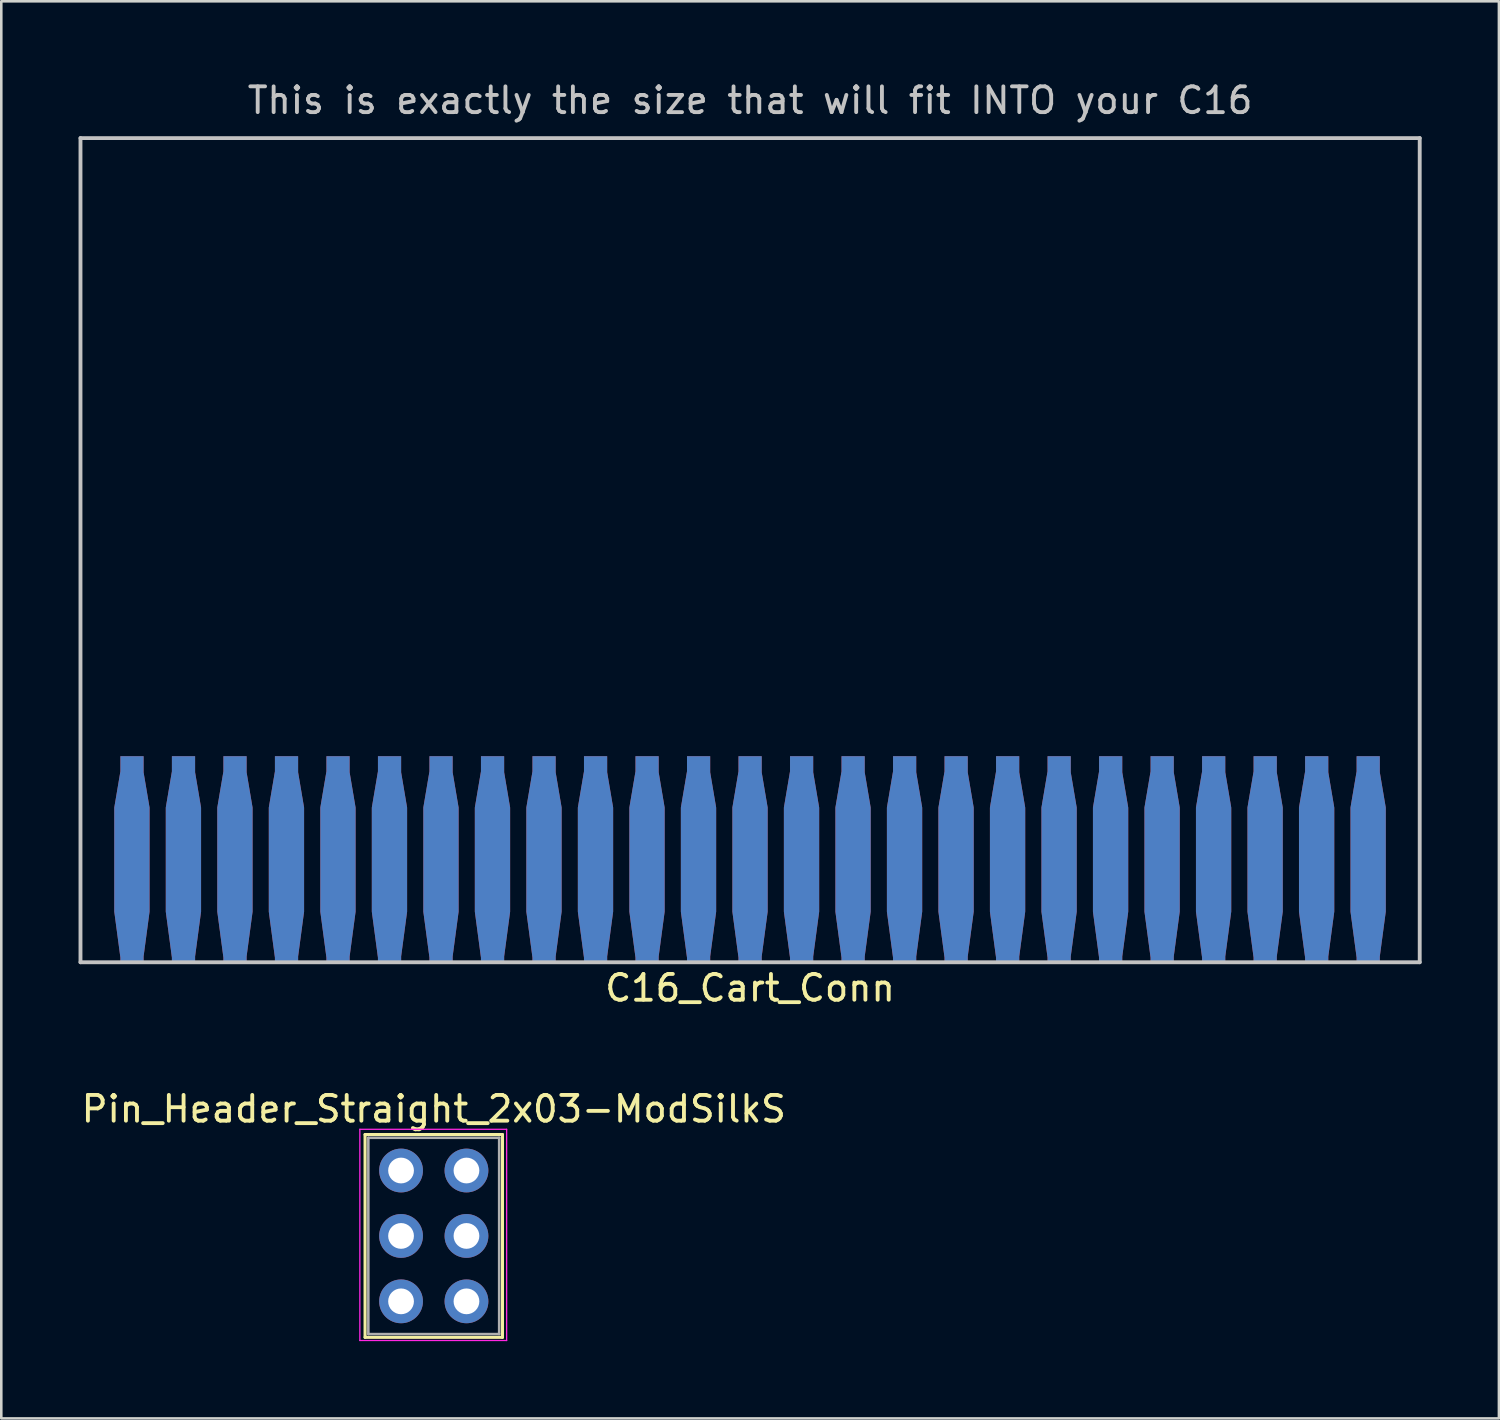
<source format=kicad_pcb>
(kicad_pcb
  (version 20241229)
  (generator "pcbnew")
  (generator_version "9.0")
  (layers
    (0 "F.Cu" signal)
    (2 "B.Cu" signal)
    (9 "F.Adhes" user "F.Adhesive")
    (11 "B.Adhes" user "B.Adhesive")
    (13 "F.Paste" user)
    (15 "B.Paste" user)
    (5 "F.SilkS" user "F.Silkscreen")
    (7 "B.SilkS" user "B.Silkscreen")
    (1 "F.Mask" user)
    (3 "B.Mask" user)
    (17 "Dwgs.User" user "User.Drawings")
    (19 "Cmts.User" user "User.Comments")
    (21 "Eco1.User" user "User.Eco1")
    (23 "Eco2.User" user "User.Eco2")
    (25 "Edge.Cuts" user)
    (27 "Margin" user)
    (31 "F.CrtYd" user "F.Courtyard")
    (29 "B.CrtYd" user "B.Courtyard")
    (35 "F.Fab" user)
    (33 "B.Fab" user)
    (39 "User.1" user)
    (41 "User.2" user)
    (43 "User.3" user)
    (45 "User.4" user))
  (footprint "C16_Cart_Conn"
    (layer "F.Cu")
    (at 26.075 30.312)
    (property "Reference" "C16_Cart_Conn" (at 0 5 0) (layer "F.SilkS") (effects (font (size 1 1) (thickness 0.15))))
    (attr through_hole)
    (fp_line (start -26 -28) (end -26 4) (stroke (width 0.15) (type solid)) (layer "Dwgs.User"))
    (fp_line (start -26 4) (end 26 4) (stroke (width 0.15) (type solid)) (layer "Dwgs.User"))
    (fp_line (start 26 -28) (end -26 -28) (stroke (width 0.15) (type solid)) (layer "Dwgs.User"))
    (fp_line (start 26 4) (end 26 -28) (stroke (width 0.15) (type solid)) (layer "Dwgs.User"))
    (fp_text user "This is exactly the size that will fit INTO your C16" (at 0 -29.464 0) (layer "Dwgs.User") (effects (font (size 1 1) (thickness 0.15))))
    (pad "" smd rect (at 0 0) (size 52 8) (layers "F.Mask"))
    (pad "" smd rect (at 0 0) (size 52 8) (layers "B.Mask"))
    (pad "1" smd custom (at -24 0) (size 0.9 8) (layers "F.Cu") (options (anchor rect)) (primitives (gr_poly (pts (xy 0.632 -2) (xy 0.632 2.032) (xy 0.378 3.937) (xy -0.384 3.937) (xy -0.638 2.032) (xy -0.638 -2) (xy -0.384 -3.5) (xy 0.378 -3.5)) (width 0.1) (fill yes))))
    (pad "2" smd custom (at -22 0) (size 0.9 8) (layers "F.Cu") (options (anchor rect)) (primitives (gr_poly (pts (xy 0.632 -2) (xy 0.632 2.032) (xy 0.378 3.937) (xy -0.384 3.937) (xy -0.638 2.032) (xy -0.638 -2) (xy -0.384 -3.5) (xy 0.378 -3.5)) (width 0.1) (fill yes))))
    (pad "3" smd custom (at -20 0) (size 0.9 8) (layers "F.Cu") (options (anchor rect)) (primitives (gr_poly (pts (xy 0.632 -2) (xy 0.632 2.032) (xy 0.378 3.937) (xy -0.384 3.937) (xy -0.638 2.032) (xy -0.638 -2) (xy -0.384 -3.5) (xy 0.378 -3.5)) (width 0.1) (fill yes))))
    (pad "4" smd custom (at -18 0) (size 0.9 8) (layers "F.Cu") (options (anchor rect)) (primitives (gr_poly (pts (xy 0.632 -2) (xy 0.632 2.032) (xy 0.378 3.937) (xy -0.384 3.937) (xy -0.638 2.032) (xy -0.638 -2) (xy -0.384 -3.5) (xy 0.378 -3.5)) (width 0.1) (fill yes))))
    (pad "5" smd custom (at -16 0) (size 0.9 8) (layers "F.Cu") (options (anchor rect)) (primitives (gr_poly (pts (xy 0.632 -2) (xy 0.632 2.032) (xy 0.378 3.937) (xy -0.384 3.937) (xy -0.638 2.032) (xy -0.638 -2) (xy -0.384 -3.5) (xy 0.378 -3.5)) (width 0.1) (fill yes))))
    (pad "6" smd custom (at -14 0) (size 0.9 8) (layers "F.Cu") (options (anchor rect)) (primitives (gr_poly (pts (xy 0.632 -2) (xy 0.632 2.032) (xy 0.378 3.937) (xy -0.384 3.937) (xy -0.638 2.032) (xy -0.638 -2) (xy -0.384 -3.5) (xy 0.378 -3.5)) (width 0.1) (fill yes))))
    (pad "7" smd custom (at -12 0) (size 0.9 8) (layers "F.Cu") (options (anchor rect)) (primitives (gr_poly (pts (xy 0.632 -2) (xy 0.632 2.032) (xy 0.378 3.937) (xy -0.384 3.937) (xy -0.638 2.032) (xy -0.638 -2) (xy -0.384 -3.5) (xy 0.378 -3.5)) (width 0.1) (fill yes))))
    (pad "8" smd custom (at -10 0) (size 0.9 8) (layers "F.Cu") (options (anchor rect)) (primitives (gr_poly (pts (xy 0.632 -2) (xy 0.632 2.032) (xy 0.378 3.937) (xy -0.384 3.937) (xy -0.638 2.032) (xy -0.638 -2) (xy -0.384 -3.5) (xy 0.378 -3.5)) (width 0.1) (fill yes))))
    (pad "9" smd custom (at -8 0) (size 0.9 8) (layers "F.Cu") (options (anchor rect)) (primitives (gr_poly (pts (xy 0.632 -2) (xy 0.632 2.032) (xy 0.378 3.937) (xy -0.384 3.937) (xy -0.638 2.032) (xy -0.638 -2) (xy -0.384 -3.5) (xy 0.378 -3.5)) (width 0.1) (fill yes))))
    (pad "10" smd custom (at -6 0) (size 0.9 8) (layers "F.Cu") (options (anchor rect)) (primitives (gr_poly (pts (xy 0.632 -2) (xy 0.632 2.032) (xy 0.378 3.937) (xy -0.384 3.937) (xy -0.638 2.032) (xy -0.638 -2) (xy -0.384 -3.5) (xy 0.378 -3.5)) (width 0.1) (fill yes))))
    (pad "11" smd custom (at -4 0) (size 0.9 8) (layers "F.Cu") (options (anchor rect)) (primitives (gr_poly (pts (xy 0.632 -2) (xy 0.632 2.032) (xy 0.378 3.937) (xy -0.384 3.937) (xy -0.638 2.032) (xy -0.638 -2) (xy -0.384 -3.5) (xy 0.378 -3.5)) (width 0.1) (fill yes))))
    (pad "12" smd custom (at -2 0) (size 0.9 8) (layers "F.Cu") (options (anchor rect)) (primitives (gr_poly (pts (xy 0.632 -2) (xy 0.632 2.032) (xy 0.378 3.937) (xy -0.384 3.937) (xy -0.638 2.032) (xy -0.638 -2) (xy -0.384 -3.5) (xy 0.378 -3.5)) (width 0.1) (fill yes))))
    (pad "13" smd custom (at 0 0) (size 0.9 8) (layers "F.Cu") (options (anchor rect)) (primitives (gr_poly (pts (xy 0.632 -2) (xy 0.632 2.032) (xy 0.378 3.937) (xy -0.384 3.937) (xy -0.638 2.032) (xy -0.638 -2) (xy -0.384 -3.5) (xy 0.378 -3.5)) (width 0.1) (fill yes))))
    (pad "14" smd custom (at 2 0) (size 0.9 8) (layers "F.Cu") (options (anchor rect)) (primitives (gr_poly (pts (xy 0.632 -2) (xy 0.632 2.032) (xy 0.378 3.937) (xy -0.384 3.937) (xy -0.638 2.032) (xy -0.638 -2) (xy -0.384 -3.5) (xy 0.378 -3.5)) (width 0.1) (fill yes))))
    (pad "15" smd custom (at 4 0) (size 0.9 8) (layers "F.Cu") (options (anchor rect)) (primitives (gr_poly (pts (xy 0.632 -2) (xy 0.632 2.032) (xy 0.378 3.937) (xy -0.384 3.937) (xy -0.638 2.032) (xy -0.638 -2) (xy -0.384 -3.5) (xy 0.378 -3.5)) (width 0.1) (fill yes))))
    (pad "16" smd custom (at 6 0) (size 0.9 8) (layers "F.Cu") (options (anchor rect)) (primitives (gr_poly (pts (xy 0.632 -2) (xy 0.632 2.032) (xy 0.378 3.937) (xy -0.384 3.937) (xy -0.638 2.032) (xy -0.638 -2) (xy -0.384 -3.5) (xy 0.378 -3.5)) (width 0.1) (fill yes))))
    (pad "17" smd custom (at 8 0) (size 0.9 8) (layers "F.Cu") (options (anchor rect)) (primitives (gr_poly (pts (xy 0.632 -2) (xy 0.632 2.032) (xy 0.378 3.937) (xy -0.384 3.937) (xy -0.638 2.032) (xy -0.638 -2) (xy -0.384 -3.5) (xy 0.378 -3.5)) (width 0.1) (fill yes))))
    (pad "18" smd custom (at 10 0) (size 0.9 8) (layers "F.Cu") (options (anchor rect)) (primitives (gr_poly (pts (xy 0.632 -2) (xy 0.632 2.032) (xy 0.378 3.937) (xy -0.384 3.937) (xy -0.638 2.032) (xy -0.638 -2) (xy -0.384 -3.5) (xy 0.378 -3.5)) (width 0.1) (fill yes))))
    (pad "19" smd custom (at 12 0) (size 0.9 8) (layers "F.Cu") (options (anchor rect)) (primitives (gr_poly (pts (xy 0.632 -2) (xy 0.632 2.032) (xy 0.378 3.937) (xy -0.384 3.937) (xy -0.638 2.032) (xy -0.638 -2) (xy -0.384 -3.5) (xy 0.378 -3.5)) (width 0.1) (fill yes))))
    (pad "20" smd custom (at 14 0) (size 0.9 8) (layers "F.Cu") (options (anchor rect)) (primitives (gr_poly (pts (xy 0.632 -2) (xy 0.632 2.032) (xy 0.378 3.937) (xy -0.384 3.937) (xy -0.638 2.032) (xy -0.638 -2) (xy -0.384 -3.5) (xy 0.378 -3.5)) (width 0.1) (fill yes))))
    (pad "21" smd custom (at 16 0) (size 0.9 8) (layers "F.Cu") (options (anchor rect)) (primitives (gr_poly (pts (xy 0.632 -2) (xy 0.632 2.032) (xy 0.378 3.937) (xy -0.384 3.937) (xy -0.638 2.032) (xy -0.638 -2) (xy -0.384 -3.5) (xy 0.378 -3.5)) (width 0.1) (fill yes))))
    (pad "22" smd custom (at 18 0) (size 0.9 8) (layers "F.Cu") (options (anchor rect)) (primitives (gr_poly (pts (xy 0.632 -2) (xy 0.632 2.032) (xy 0.378 3.937) (xy -0.384 3.937) (xy -0.638 2.032) (xy -0.638 -2) (xy -0.384 -3.5) (xy 0.378 -3.5)) (width 0.1) (fill yes))))
    (pad "23" smd custom (at 20 0) (size 0.9 8) (layers "F.Cu") (options (anchor rect)) (primitives (gr_poly (pts (xy 0.632 -2) (xy 0.632 2.032) (xy 0.378 3.937) (xy -0.384 3.937) (xy -0.638 2.032) (xy -0.638 -2) (xy -0.384 -3.5) (xy 0.378 -3.5)) (width 0.1) (fill yes))))
    (pad "24" smd custom (at 22 0) (size 0.9 8) (layers "F.Cu") (options (anchor rect)) (primitives (gr_poly (pts (xy 0.632 -2) (xy 0.632 2.032) (xy 0.378 3.937) (xy -0.384 3.937) (xy -0.638 2.032) (xy -0.638 -2) (xy -0.384 -3.5) (xy 0.378 -3.5)) (width 0.1) (fill yes))))
    (pad "25" smd custom (at 24 0) (size 0.9 8) (layers "F.Cu") (options (anchor rect)) (primitives (gr_poly (pts (xy 0.632 -2) (xy 0.632 2.032) (xy 0.378 3.937) (xy -0.384 3.937) (xy -0.638 2.032) (xy -0.638 -2) (xy -0.384 -3.5) (xy 0.378 -3.5)) (width 0.1) (fill yes))))
    (pad "A" smd custom (at -24 0) (size 0.9 8) (layers "B.Cu") (options (anchor rect)) (primitives (gr_poly (pts (xy 0.632 -2) (xy 0.632 2.032) (xy 0.378 3.937) (xy -0.384 3.937) (xy -0.638 2.032) (xy -0.638 -2) (xy -0.384 -3.5) (xy 0.378 -3.5)) (width 0.1) (fill yes))))
    (pad "AA" smd custom (at 20 0) (size 0.9 8) (layers "B.Cu") (options (anchor rect)) (primitives (gr_poly (pts (xy 0.632 -2) (xy 0.632 2.032) (xy 0.378 3.937) (xy -0.384 3.937) (xy -0.638 2.032) (xy -0.638 -2) (xy -0.384 -3.5) (xy 0.378 -3.5)) (width 0.1) (fill yes))))
    (pad "B" smd custom (at -22 0) (size 0.9 8) (layers "B.Cu") (options (anchor rect)) (primitives (gr_poly (pts (xy 0.632 -2) (xy 0.632 2.032) (xy 0.378 3.937) (xy -0.384 3.937) (xy -0.638 2.032) (xy -0.638 -2) (xy -0.384 -3.5) (xy 0.378 -3.5)) (width 0.1) (fill yes))))
    (pad "BB" smd custom (at 22 0) (size 0.9 8) (layers "B.Cu") (options (anchor rect)) (primitives (gr_poly (pts (xy 0.632 -2) (xy 0.632 2.032) (xy 0.378 3.937) (xy -0.384 3.937) (xy -0.638 2.032) (xy -0.638 -2) (xy -0.384 -3.5) (xy 0.378 -3.5)) (width 0.1) (fill yes))))
    (pad "C" smd custom (at -20 0) (size 0.9 8) (layers "B.Cu") (options (anchor rect)) (primitives (gr_poly (pts (xy 0.632 -2) (xy 0.632 2.032) (xy 0.378 3.937) (xy -0.384 3.937) (xy -0.638 2.032) (xy -0.638 -2) (xy -0.384 -3.5) (xy 0.378 -3.5)) (width 0.1) (fill yes))))
    (pad "CC" smd custom (at 24 0) (size 0.9 8) (layers "B.Cu") (options (anchor rect)) (primitives (gr_poly (pts (xy 0.632 -2) (xy 0.632 2.032) (xy 0.378 3.937) (xy -0.384 3.937) (xy -0.638 2.032) (xy -0.638 -2) (xy -0.384 -3.5) (xy 0.378 -3.5)) (width 0.1) (fill yes))))
    (pad "D" smd custom (at -18 0) (size 0.9 8) (layers "B.Cu") (options (anchor rect)) (primitives (gr_poly (pts (xy 0.632 -2) (xy 0.632 2.032) (xy 0.378 3.937) (xy -0.384 3.937) (xy -0.638 2.032) (xy -0.638 -2) (xy -0.384 -3.5) (xy 0.378 -3.5)) (width 0.1) (fill yes))))
    (pad "E" smd custom (at -16 0) (size 0.9 8) (layers "B.Cu") (options (anchor rect)) (primitives (gr_poly (pts (xy 0.632 -2) (xy 0.632 2.032) (xy 0.378 3.937) (xy -0.384 3.937) (xy -0.638 2.032) (xy -0.638 -2) (xy -0.384 -3.5) (xy 0.378 -3.5)) (width 0.1) (fill yes))))
    (pad "F" smd custom (at -14 0) (size 0.9 8) (layers "B.Cu") (options (anchor rect)) (primitives (gr_poly (pts (xy 0.632 -2) (xy 0.632 2.032) (xy 0.378 3.937) (xy -0.384 3.937) (xy -0.638 2.032) (xy -0.638 -2) (xy -0.384 -3.5) (xy 0.378 -3.5)) (width 0.1) (fill yes))))
    (pad "H" smd custom (at -12 0) (size 0.9 8) (layers "B.Cu") (options (anchor rect)) (primitives (gr_poly (pts (xy 0.632 -2) (xy 0.632 2.032) (xy 0.378 3.937) (xy -0.384 3.937) (xy -0.638 2.032) (xy -0.638 -2) (xy -0.384 -3.5) (xy 0.378 -3.5)) (width 0.1) (fill yes))))
    (pad "J" smd custom (at -10 0) (size 0.9 8) (layers "B.Cu") (options (anchor rect)) (primitives (gr_poly (pts (xy 0.632 -2) (xy 0.632 2.032) (xy 0.378 3.937) (xy -0.384 3.937) (xy -0.638 2.032) (xy -0.638 -2) (xy -0.384 -3.5) (xy 0.378 -3.5)) (width 0.1) (fill yes))))
    (pad "K" smd custom (at -8 0) (size 0.9 8) (layers "B.Cu") (options (anchor rect)) (primitives (gr_poly (pts (xy 0.632 -2) (xy 0.632 2.032) (xy 0.378 3.937) (xy -0.384 3.937) (xy -0.638 2.032) (xy -0.638 -2) (xy -0.384 -3.5) (xy 0.378 -3.5)) (width 0.1) (fill yes))))
    (pad "L" smd custom (at -6 0) (size 0.9 8) (layers "B.Cu") (options (anchor rect)) (primitives (gr_poly (pts (xy 0.632 -2) (xy 0.632 2.032) (xy 0.378 3.937) (xy -0.384 3.937) (xy -0.638 2.032) (xy -0.638 -2) (xy -0.384 -3.5) (xy 0.378 -3.5)) (width 0.1) (fill yes))))
    (pad "M" smd custom (at -4 0) (size 0.9 8) (layers "B.Cu") (options (anchor rect)) (primitives (gr_poly (pts (xy 0.632 -2) (xy 0.632 2.032) (xy 0.378 3.937) (xy -0.384 3.937) (xy -0.638 2.032) (xy -0.638 -2) (xy -0.384 -3.5) (xy 0.378 -3.5)) (width 0.1) (fill yes))))
    (pad "N" smd custom (at -2 0) (size 0.9 8) (layers "B.Cu") (options (anchor rect)) (primitives (gr_poly (pts (xy 0.632 -2) (xy 0.632 2.032) (xy 0.378 3.937) (xy -0.384 3.937) (xy -0.638 2.032) (xy -0.638 -2) (xy -0.384 -3.5) (xy 0.378 -3.5)) (width 0.1) (fill yes))))
    (pad "P" smd custom (at 0 0) (size 0.9 8) (layers "B.Cu") (options (anchor rect)) (primitives (gr_poly (pts (xy 0.632 -2) (xy 0.632 2.032) (xy 0.378 3.937) (xy -0.384 3.937) (xy -0.638 2.032) (xy -0.638 -2) (xy -0.384 -3.5) (xy 0.378 -3.5)) (width 0.1) (fill yes))))
    (pad "R" smd custom (at 2 0) (size 0.9 8) (layers "B.Cu") (options (anchor rect)) (primitives (gr_poly (pts (xy 0.632 -2) (xy 0.632 2.032) (xy 0.378 3.937) (xy -0.384 3.937) (xy -0.638 2.032) (xy -0.638 -2) (xy -0.384 -3.5) (xy 0.378 -3.5)) (width 0.1) (fill yes))))
    (pad "S" smd custom (at 4 0) (size 0.9 8) (layers "B.Cu") (options (anchor rect)) (primitives (gr_poly (pts (xy 0.632 -2) (xy 0.632 2.032) (xy 0.378 3.937) (xy -0.384 3.937) (xy -0.638 2.032) (xy -0.638 -2) (xy -0.384 -3.5) (xy 0.378 -3.5)) (width 0.1) (fill yes))))
    (pad "T" smd custom (at 6 0) (size 0.9 8) (layers "B.Cu") (options (anchor rect)) (primitives (gr_poly (pts (xy 0.632 -2) (xy 0.632 2.032) (xy 0.378 3.937) (xy -0.384 3.937) (xy -0.638 2.032) (xy -0.638 -2) (xy -0.384 -3.5) (xy 0.378 -3.5)) (width 0.1) (fill yes))))
    (pad "U" smd custom (at 8 0) (size 0.9 8) (layers "B.Cu") (options (anchor rect)) (primitives (gr_poly (pts (xy 0.632 -2) (xy 0.632 2.032) (xy 0.378 3.937) (xy -0.384 3.937) (xy -0.638 2.032) (xy -0.638 -2) (xy -0.384 -3.5) (xy 0.378 -3.5)) (width 0.1) (fill yes))))
    (pad "V" smd custom (at 10 0) (size 0.9 8) (layers "B.Cu") (options (anchor rect)) (primitives (gr_poly (pts (xy 0.632 -2) (xy 0.632 2.032) (xy 0.378 3.937) (xy -0.384 3.937) (xy -0.638 2.032) (xy -0.638 -2) (xy -0.384 -3.5) (xy 0.378 -3.5)) (width 0.1) (fill yes))))
    (pad "W" smd custom (at 12 0) (size 0.9 8) (layers "B.Cu") (options (anchor rect)) (primitives (gr_poly (pts (xy 0.632 -2) (xy 0.632 2.032) (xy 0.378 3.937) (xy -0.384 3.937) (xy -0.638 2.032) (xy -0.638 -2) (xy -0.384 -3.5) (xy 0.378 -3.5)) (width 0.1) (fill yes))))
    (pad "X" smd custom (at 14 0) (size 0.9 8) (layers "B.Cu") (options (anchor rect)) (primitives (gr_poly (pts (xy 0.632 -2) (xy 0.632 2.032) (xy 0.378 3.937) (xy -0.384 3.937) (xy -0.638 2.032) (xy -0.638 -2) (xy -0.384 -3.5) (xy 0.378 -3.5)) (width 0.1) (fill yes))))
    (pad "Y" smd custom (at 16 0) (size 0.9 8) (layers "B.Cu") (options (anchor rect)) (primitives (gr_poly (pts (xy 0.632 -2) (xy 0.632 2.032) (xy 0.378 3.937) (xy -0.384 3.937) (xy -0.638 2.032) (xy -0.638 -2) (xy -0.384 -3.5) (xy 0.378 -3.5)) (width 0.1) (fill yes))))
    (pad "Z" smd custom (at 18 0) (size 0.9 8) (layers "B.Cu") (options (anchor rect)) (primitives (gr_poly (pts (xy 0.632 -2) (xy 0.632 2.032) (xy 0.378 3.937) (xy -0.384 3.937) (xy -0.638 2.032) (xy -0.638 -2) (xy -0.384 -3.5) (xy 0.378 -3.5)) (width 0.1) (fill yes)))))
  (footprint "Pin_Header_Straight_2x03-ModSilkS"
    (layer "F.Cu")
    (at 12.522 42.399)
    (property "Reference" "Pin_Header_Straight_2x03-ModSilkS" (at 1.27 -2.39 0) (layer "F.SilkS") (effects (font (size 1 1) (thickness 0.15))))
    (attr through_hole)
    (fp_line (start -1.397 -1.397) (end -1.397 6.477) (stroke (width 0.12) (type solid)) (layer "F.SilkS"))
    (fp_line (start -1.397 6.477) (end 3.937 6.477) (stroke (width 0.12) (type solid)) (layer "F.SilkS"))
    (fp_line (start 3.937 -1.397) (end -1.397 -1.397) (stroke (width 0.12) (type solid)) (layer "F.SilkS"))
    (fp_line (start 3.937 6.477) (end 3.937 -1.397) (stroke (width 0.12) (type solid)) (layer "F.SilkS"))
    (fp_line (start -1.6 -1.6) (end -1.6 6.6) (stroke (width 0.05) (type solid)) (layer "F.CrtYd"))
    (fp_line (start -1.6 6.6) (end 4.1 6.6) (stroke (width 0.05) (type solid)) (layer "F.CrtYd"))
    (fp_line (start 4.1 -1.6) (end -1.6 -1.6) (stroke (width 0.05) (type solid)) (layer "F.CrtYd"))
    (fp_line (start 4.1 6.6) (end 4.1 -1.6) (stroke (width 0.05) (type solid)) (layer "F.CrtYd"))
    (fp_line (start -1.27 -1.27) (end -1.27 6.35) (stroke (width 0.1) (type solid)) (layer "F.Fab"))
    (fp_line (start -1.27 6.35) (end 3.81 6.35) (stroke (width 0.1) (type solid)) (layer "F.Fab"))
    (fp_line (start 3.81 -1.27) (end -1.27 -1.27) (stroke (width 0.1) (type solid)) (layer "F.Fab"))
    (fp_line (start 3.81 6.35) (end 3.81 -1.27) (stroke (width 0.1) (type solid)) (layer "F.Fab"))
    (pad "1" thru_hole circle (at 0 0) (size 1.7 1.7) (drill 1) (layers "*.Cu" "*.Mask"))
    (pad "2" thru_hole oval (at 2.54 0) (size 1.7 1.7) (drill 1) (layers "*.Cu" "*.Mask"))
    (pad "3" thru_hole oval (at 0 2.54) (size 1.7 1.7) (drill 1) (layers "*.Cu" "*.Mask"))
    (pad "4" thru_hole oval (at 2.54 2.54) (size 1.7 1.7) (drill 1) (layers "*.Cu" "*.Mask"))
    (pad "5" thru_hole oval (at 0 5.08) (size 1.7 1.7) (drill 1) (layers "*.Cu" "*.Mask"))
    (pad "6" thru_hole oval (at 2.54 5.08) (size 1.7 1.7) (drill 1) (layers "*.Cu" "*.Mask")))
  (gr_rect
    (start -3 -3)
    (end 55.15 52.024)
    (stroke (width 0.1) (type default))
    (fill no)
    (layer "Edge.Cuts")))
</source>
